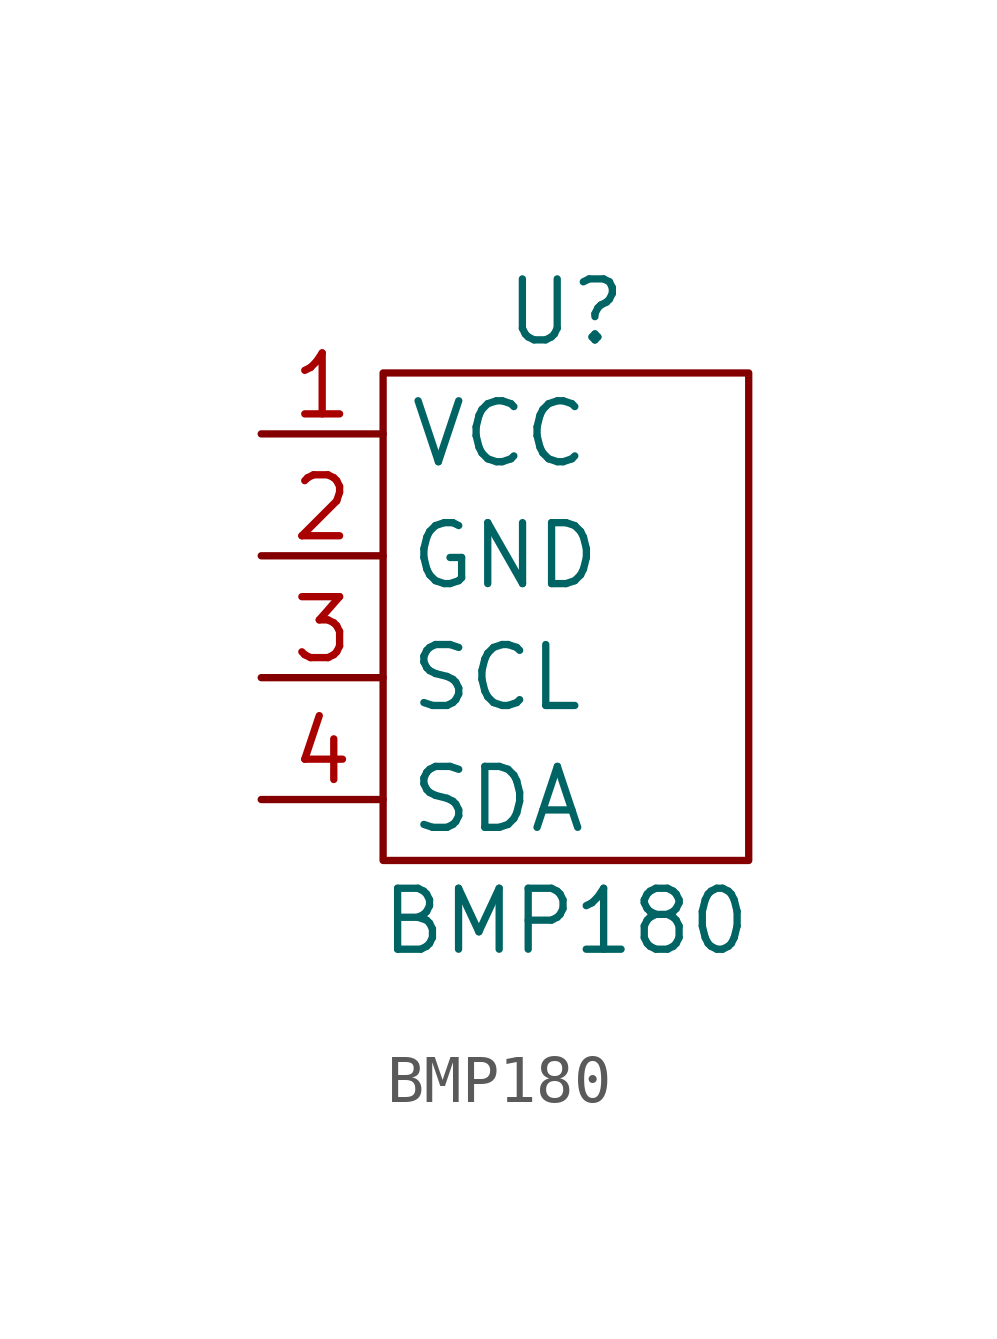
<source format=kicad_sym>
(kicad_symbol_lib
  (version 20211014)
  (generator kicad_symbol_editor)
  (symbol "BMP180"
    (property "Reference" "U"
      (at 0 3.81 0)
      (effects (font (size 1.27 1.27))))
    (property "Value" "BMP180"
      (at 0 -8.89 0)
      (effects (font (size 1.27 1.27))))
    (symbol "BMP180_0_1"
      (rectangle (start -3.81 2.54) (end 3.81 -7.62) (stroke (width 0) (type default) (color 0 0 0 0)) (fill (type none))))
    (symbol "BMP180_1_1"
      (pin input line (at -6.35 1.27 0) (length 2.54) (name "VCC" (effects (font (size 1.27 1.27)))) (number "1" (effects (font (size 1.27 1.27)))))
      (pin input line (at -6.35 -1.27 0) (length 2.54) (name "GND" (effects (font (size 1.27 1.27)))) (number "2" (effects (font (size 1.27 1.27)))))
      (pin input line (at -6.35 -3.81 0) (length 2.54) (name "SCL" (effects (font (size 1.27 1.27)))) (number "3" (effects (font (size 1.27 1.27)))))
      (pin input line (at -6.35 -6.35 0) (length 2.54) (name "SDA" (effects (font (size 1.27 1.27)))) (number "4" (effects (font (size 1.27 1.27))))))))
</source>
